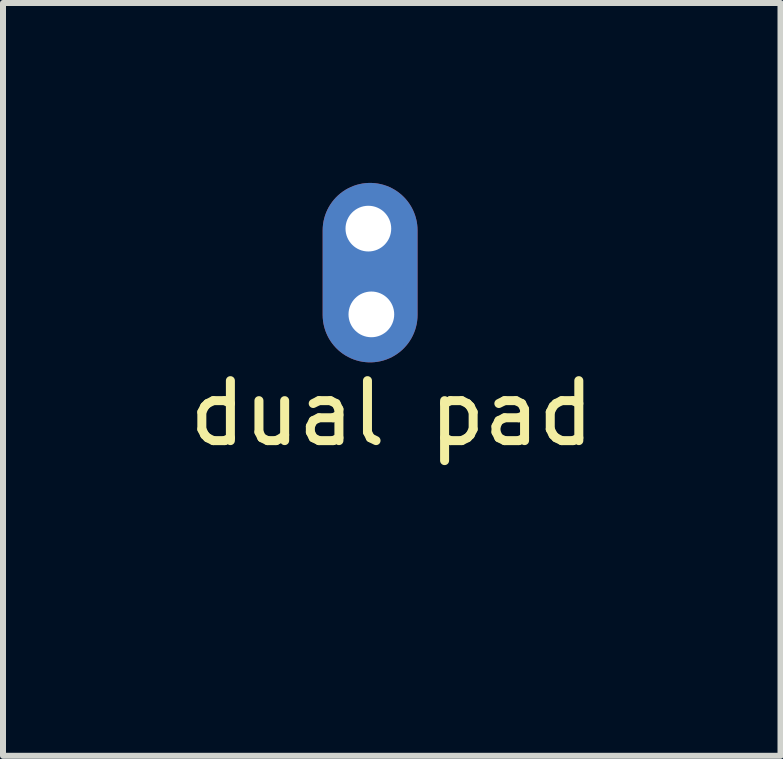
<source format=kicad_pcb>
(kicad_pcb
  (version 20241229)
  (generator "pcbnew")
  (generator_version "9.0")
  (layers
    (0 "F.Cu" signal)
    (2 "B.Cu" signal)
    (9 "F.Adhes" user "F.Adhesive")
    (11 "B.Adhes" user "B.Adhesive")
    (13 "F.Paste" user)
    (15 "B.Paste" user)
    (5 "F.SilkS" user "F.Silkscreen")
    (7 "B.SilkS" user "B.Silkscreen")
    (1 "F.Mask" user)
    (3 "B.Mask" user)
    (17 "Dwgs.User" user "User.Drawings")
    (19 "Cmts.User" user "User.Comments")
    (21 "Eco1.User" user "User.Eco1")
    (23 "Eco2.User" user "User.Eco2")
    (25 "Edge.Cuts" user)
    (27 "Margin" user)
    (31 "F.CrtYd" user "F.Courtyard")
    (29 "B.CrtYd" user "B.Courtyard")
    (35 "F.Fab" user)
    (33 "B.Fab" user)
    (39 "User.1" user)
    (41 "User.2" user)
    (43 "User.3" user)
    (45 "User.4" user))
  (footprint "dual pad"
    (layer "F.Cu")
    (at 3.262 6.302)
    (property "Reference" "dual pad" (at 0.22 -2.46 0) (unlocked yes) (layer "F.SilkS") (effects (font (size 1 1) (thickness 0.15))))
    (attr through_hole)
    (pad "1" thru_hole oval (at -0.17 -5.54) (size 1.582 2.992) (drill 0.762 (offset 0.029 0.734)) (layers "*.Cu" "*.Mask"))
    (pad "1" thru_hole oval (at -0.12 -4.11) (size 1.42 1.54) (drill 0.762 (offset 0 0.01)) (layers "*.Cu" "*.Mask")))
  (gr_rect
    (start -3 -3)
    (end 9.964 9.552)
    (stroke (width 0.1) (type default))
    (fill no)
    (layer "Edge.Cuts")))
</source>
